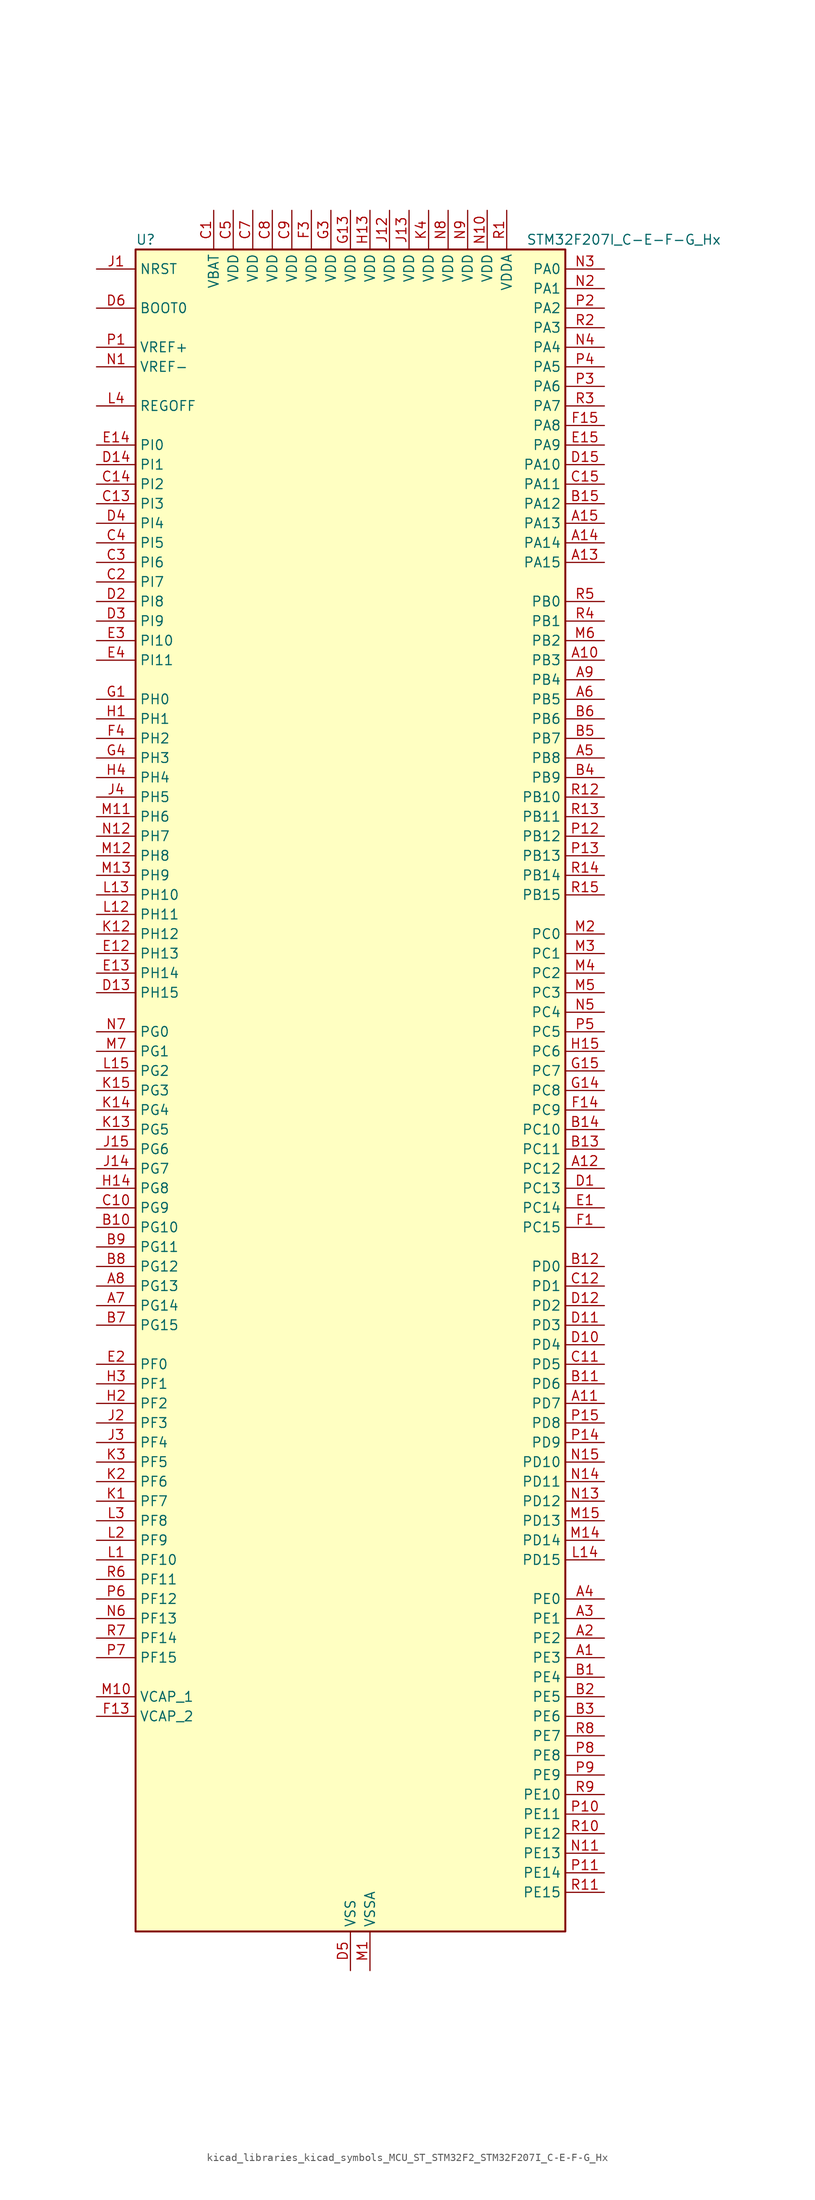
<source format=kicad_sym>
(kicad_symbol_lib
  (version 20220914)
  (generator kicad_symbol_editor)
  (symbol "kicad_libraries_kicad_symbols_MCU_ST_STM32F2_STM32F207I_C-E-F-G_Hx"
    (property "Reference" "U"
      (at -27.94 110.49 0)
      (effects (font (size 1.27 1.27)) (justify left)))
    (property "Value" "STM32F207I_C-E-F-G_Hx"
      (at 22.86 110.49 0)
      (effects (font (size 1.27 1.27)) (justify left)))
    (property "ki_locked" ""
      (at 0 0 0)
      (effects (font (size 1.27 1.27))))
    (symbol "kicad_libraries_kicad_symbols_MCU_ST_STM32F2_STM32F207I_C-E-F-G_Hx_0_1"
      (rectangle (start -27.94 -109.22) (end 27.94 109.22) (stroke (width 0.254) (type default)) (fill (type background))))
    (symbol "kicad_libraries_kicad_symbols_MCU_ST_STM32F2_STM32F207I_C-E-F-G_Hx_1_1"
      (pin bidirectional line (at 33.02 -73.66 180) (length 5.08) (name "PE3" (effects (font (size 1.27 1.27)))) (number "A1" (effects (font (size 1.27 1.27)))) (alternate "FSMC_A19" bidirectional line) (alternate "SYS_TRACED0" bidirectional line))
      (pin bidirectional line (at 33.02 55.88 180) (length 5.08) (name "PB3" (effects (font (size 1.27 1.27)))) (number "A10" (effects (font (size 1.27 1.27)))) (alternate "I2S3_SCK" bidirectional line) (alternate "SPI1_SCK" bidirectional line) (alternate "SPI3_SCK" bidirectional line) (alternate "SYS_JTDO-SWO" bidirectional line) (alternate "TIM2_CH2" bidirectional line))
      (pin bidirectional line (at 33.02 -40.64 180) (length 5.08) (name "PD7" (effects (font (size 1.27 1.27)))) (number "A11" (effects (font (size 1.27 1.27)))) (alternate "FSMC_NCE2" bidirectional line) (alternate "FSMC_NE1" bidirectional line) (alternate "USART2_CK" bidirectional line))
      (pin bidirectional line (at 33.02 -10.16 180) (length 5.08) (name "PC12" (effects (font (size 1.27 1.27)))) (number "A12" (effects (font (size 1.27 1.27)))) (alternate "DCMI_D9" bidirectional line) (alternate "I2S3_SD" bidirectional line) (alternate "SDIO_CK" bidirectional line) (alternate "SPI3_MOSI" bidirectional line) (alternate "UART5_TX" bidirectional line) (alternate "USART3_CK" bidirectional line))
      (pin bidirectional line (at 33.02 68.58 180) (length 5.08) (name "PA15" (effects (font (size 1.27 1.27)))) (number "A13" (effects (font (size 1.27 1.27)))) (alternate "ADC1_EXTI15" bidirectional line) (alternate "ADC2_EXTI15" bidirectional line) (alternate "ADC3_EXTI15" bidirectional line) (alternate "I2S3_WS" bidirectional line) (alternate "SPI1_NSS" bidirectional line) (alternate "SPI3_NSS" bidirectional line) (alternate "SYS_JTDI" bidirectional line) (alternate "TIM2_CH1" bidirectional line) (alternate "TIM2_ETR" bidirectional line))
      (pin bidirectional line (at 33.02 71.12 180) (length 5.08) (name "PA14" (effects (font (size 1.27 1.27)))) (number "A14" (effects (font (size 1.27 1.27)))) (alternate "SYS_JTCK-SWCLK" bidirectional line))
      (pin bidirectional line (at 33.02 73.66 180) (length 5.08) (name "PA13" (effects (font (size 1.27 1.27)))) (number "A15" (effects (font (size 1.27 1.27)))) (alternate "SYS_JTMS-SWDIO" bidirectional line))
      (pin bidirectional line (at 33.02 -71.12 180) (length 5.08) (name "PE2" (effects (font (size 1.27 1.27)))) (number "A2" (effects (font (size 1.27 1.27)))) (alternate "ETH_TXD3" bidirectional line) (alternate "FSMC_A23" bidirectional line) (alternate "SYS_TRACECLK" bidirectional line))
      (pin bidirectional line (at 33.02 -68.58 180) (length 5.08) (name "PE1" (effects (font (size 1.27 1.27)))) (number "A3" (effects (font (size 1.27 1.27)))) (alternate "DCMI_D3" bidirectional line) (alternate "FSMC_NBL1" bidirectional line))
      (pin bidirectional line (at 33.02 -66.04 180) (length 5.08) (name "PE0" (effects (font (size 1.27 1.27)))) (number "A4" (effects (font (size 1.27 1.27)))) (alternate "DCMI_D2" bidirectional line) (alternate "FSMC_NBL0" bidirectional line) (alternate "TIM4_ETR" bidirectional line))
      (pin bidirectional line (at 33.02 43.18 180) (length 5.08) (name "PB8" (effects (font (size 1.27 1.27)))) (number "A5" (effects (font (size 1.27 1.27)))) (alternate "CAN1_RX" bidirectional line) (alternate "DCMI_D6" bidirectional line) (alternate "ETH_TXD3" bidirectional line) (alternate "I2C1_SCL" bidirectional line) (alternate "SDIO_D4" bidirectional line) (alternate "TIM10_CH1" bidirectional line) (alternate "TIM4_CH3" bidirectional line))
      (pin bidirectional line (at 33.02 50.8 180) (length 5.08) (name "PB5" (effects (font (size 1.27 1.27)))) (number "A6" (effects (font (size 1.27 1.27)))) (alternate "CAN2_RX" bidirectional line) (alternate "DCMI_D10" bidirectional line) (alternate "ETH_PPS_OUT" bidirectional line) (alternate "I2C1_SMBA" bidirectional line) (alternate "I2S3_SD" bidirectional line) (alternate "SPI1_MOSI" bidirectional line) (alternate "SPI3_MOSI" bidirectional line) (alternate "TIM3_CH2" bidirectional line) (alternate "USB_OTG_HS_ULPI_D7" bidirectional line))
      (pin bidirectional line (at -33.02 -27.94 0) (length 5.08) (name "PG14" (effects (font (size 1.27 1.27)))) (number "A7" (effects (font (size 1.27 1.27)))) (alternate "ETH_TXD1" bidirectional line) (alternate "FSMC_A25" bidirectional line) (alternate "USART6_TX" bidirectional line))
      (pin bidirectional line (at -33.02 -25.4 0) (length 5.08) (name "PG13" (effects (font (size 1.27 1.27)))) (number "A8" (effects (font (size 1.27 1.27)))) (alternate "ETH_TXD0" bidirectional line) (alternate "FSMC_A24" bidirectional line) (alternate "USART6_CTS" bidirectional line))
      (pin bidirectional line (at 33.02 53.34 180) (length 5.08) (name "PB4" (effects (font (size 1.27 1.27)))) (number "A9" (effects (font (size 1.27 1.27)))) (alternate "SPI1_MISO" bidirectional line) (alternate "SPI3_MISO" bidirectional line) (alternate "SYS_JTRST" bidirectional line) (alternate "TIM3_CH1" bidirectional line))
      (pin bidirectional line (at 33.02 -76.2 180) (length 5.08) (name "PE4" (effects (font (size 1.27 1.27)))) (number "B1" (effects (font (size 1.27 1.27)))) (alternate "DCMI_D4" bidirectional line) (alternate "FSMC_A20" bidirectional line) (alternate "SYS_TRACED1" bidirectional line))
      (pin bidirectional line (at -33.02 -17.78 0) (length 5.08) (name "PG10" (effects (font (size 1.27 1.27)))) (number "B10" (effects (font (size 1.27 1.27)))) (alternate "FSMC_NCE4_1" bidirectional line) (alternate "FSMC_NE3" bidirectional line))
      (pin bidirectional line (at 33.02 -38.1 180) (length 5.08) (name "PD6" (effects (font (size 1.27 1.27)))) (number "B11" (effects (font (size 1.27 1.27)))) (alternate "FSMC_NWAIT" bidirectional line) (alternate "USART2_RX" bidirectional line))
      (pin bidirectional line (at 33.02 -22.86 180) (length 5.08) (name "PD0" (effects (font (size 1.27 1.27)))) (number "B12" (effects (font (size 1.27 1.27)))) (alternate "CAN1_RX" bidirectional line) (alternate "FSMC_D2" bidirectional line) (alternate "FSMC_DA2" bidirectional line))
      (pin bidirectional line (at 33.02 -7.62 180) (length 5.08) (name "PC11" (effects (font (size 1.27 1.27)))) (number "B13" (effects (font (size 1.27 1.27)))) (alternate "ADC1_EXTI11" bidirectional line) (alternate "ADC2_EXTI11" bidirectional line) (alternate "ADC3_EXTI11" bidirectional line) (alternate "DCMI_D4" bidirectional line) (alternate "SDIO_D3" bidirectional line) (alternate "SPI3_MISO" bidirectional line) (alternate "UART4_RX" bidirectional line) (alternate "USART3_RX" bidirectional line))
      (pin bidirectional line (at 33.02 -5.08 180) (length 5.08) (name "PC10" (effects (font (size 1.27 1.27)))) (number "B14" (effects (font (size 1.27 1.27)))) (alternate "DCMI_D8" bidirectional line) (alternate "I2S3_SCK" bidirectional line) (alternate "SDIO_D2" bidirectional line) (alternate "SPI3_SCK" bidirectional line) (alternate "UART4_TX" bidirectional line) (alternate "USART3_TX" bidirectional line))
      (pin bidirectional line (at 33.02 76.2 180) (length 5.08) (name "PA12" (effects (font (size 1.27 1.27)))) (number "B15" (effects (font (size 1.27 1.27)))) (alternate "CAN1_TX" bidirectional line) (alternate "TIM1_ETR" bidirectional line) (alternate "USART1_RTS" bidirectional line) (alternate "USB_OTG_FS_DP" bidirectional line))
      (pin bidirectional line (at 33.02 -78.74 180) (length 5.08) (name "PE5" (effects (font (size 1.27 1.27)))) (number "B2" (effects (font (size 1.27 1.27)))) (alternate "DCMI_D6" bidirectional line) (alternate "FSMC_A21" bidirectional line) (alternate "SYS_TRACED2" bidirectional line) (alternate "TIM9_CH1" bidirectional line))
      (pin bidirectional line (at 33.02 -81.28 180) (length 5.08) (name "PE6" (effects (font (size 1.27 1.27)))) (number "B3" (effects (font (size 1.27 1.27)))) (alternate "DCMI_D7" bidirectional line) (alternate "FSMC_A22" bidirectional line) (alternate "SYS_TRACED3" bidirectional line) (alternate "TIM9_CH2" bidirectional line))
      (pin bidirectional line (at 33.02 40.64 180) (length 5.08) (name "PB9" (effects (font (size 1.27 1.27)))) (number "B4" (effects (font (size 1.27 1.27)))) (alternate "CAN1_TX" bidirectional line) (alternate "DAC_EXTI9" bidirectional line) (alternate "DCMI_D7" bidirectional line) (alternate "I2C1_SDA" bidirectional line) (alternate "I2S2_WS" bidirectional line) (alternate "SDIO_D5" bidirectional line) (alternate "SPI2_NSS" bidirectional line) (alternate "TIM11_CH1" bidirectional line) (alternate "TIM4_CH4" bidirectional line))
      (pin bidirectional line (at 33.02 45.72 180) (length 5.08) (name "PB7" (effects (font (size 1.27 1.27)))) (number "B5" (effects (font (size 1.27 1.27)))) (alternate "DCMI_VSYNC" bidirectional line) (alternate "FSMC_NL" bidirectional line) (alternate "I2C1_SDA" bidirectional line) (alternate "TIM4_CH2" bidirectional line) (alternate "USART1_RX" bidirectional line))
      (pin bidirectional line (at 33.02 48.26 180) (length 5.08) (name "PB6" (effects (font (size 1.27 1.27)))) (number "B6" (effects (font (size 1.27 1.27)))) (alternate "CAN2_TX" bidirectional line) (alternate "DCMI_D5" bidirectional line) (alternate "I2C1_SCL" bidirectional line) (alternate "TIM4_CH1" bidirectional line) (alternate "USART1_TX" bidirectional line))
      (pin bidirectional line (at -33.02 -30.48 0) (length 5.08) (name "PG15" (effects (font (size 1.27 1.27)))) (number "B7" (effects (font (size 1.27 1.27)))) (alternate "ADC1_EXTI15" bidirectional line) (alternate "ADC2_EXTI15" bidirectional line) (alternate "ADC3_EXTI15" bidirectional line) (alternate "DCMI_D13" bidirectional line) (alternate "USART6_CTS" bidirectional line))
      (pin bidirectional line (at -33.02 -22.86 0) (length 5.08) (name "PG12" (effects (font (size 1.27 1.27)))) (number "B8" (effects (font (size 1.27 1.27)))) (alternate "FSMC_NE4" bidirectional line) (alternate "USART6_RTS" bidirectional line))
      (pin bidirectional line (at -33.02 -20.32 0) (length 5.08) (name "PG11" (effects (font (size 1.27 1.27)))) (number "B9" (effects (font (size 1.27 1.27)))) (alternate "ADC1_EXTI11" bidirectional line) (alternate "ADC2_EXTI11" bidirectional line) (alternate "ADC3_EXTI11" bidirectional line) (alternate "ETH_TX_EN" bidirectional line) (alternate "FSMC_NCE4_2" bidirectional line))
      (pin power_in line (at -17.78 114.3 270) (length 5.08) (name "VBAT" (effects (font (size 1.27 1.27)))) (number "C1" (effects (font (size 1.27 1.27)))))
      (pin bidirectional line (at -33.02 -15.24 0) (length 5.08) (name "PG9" (effects (font (size 1.27 1.27)))) (number "C10" (effects (font (size 1.27 1.27)))) (alternate "DAC_EXTI9" bidirectional line) (alternate "FSMC_NCE3" bidirectional line) (alternate "FSMC_NE2" bidirectional line) (alternate "USART6_RX" bidirectional line))
      (pin bidirectional line (at 33.02 -35.56 180) (length 5.08) (name "PD5" (effects (font (size 1.27 1.27)))) (number "C11" (effects (font (size 1.27 1.27)))) (alternate "FSMC_NWE" bidirectional line) (alternate "USART2_TX" bidirectional line))
      (pin bidirectional line (at 33.02 -25.4 180) (length 5.08) (name "PD1" (effects (font (size 1.27 1.27)))) (number "C12" (effects (font (size 1.27 1.27)))) (alternate "CAN1_TX" bidirectional line) (alternate "FSMC_D3" bidirectional line) (alternate "FSMC_DA3" bidirectional line))
      (pin bidirectional line (at -33.02 76.2 0) (length 5.08) (name "PI3" (effects (font (size 1.27 1.27)))) (number "C13" (effects (font (size 1.27 1.27)))) (alternate "DCMI_D10" bidirectional line) (alternate "I2S2_SD" bidirectional line) (alternate "SPI2_MOSI" bidirectional line) (alternate "TIM8_ETR" bidirectional line))
      (pin bidirectional line (at -33.02 78.74 0) (length 5.08) (name "PI2" (effects (font (size 1.27 1.27)))) (number "C14" (effects (font (size 1.27 1.27)))) (alternate "DCMI_D9" bidirectional line) (alternate "SPI2_MISO" bidirectional line) (alternate "TIM8_CH4" bidirectional line))
      (pin bidirectional line (at 33.02 78.74 180) (length 5.08) (name "PA11" (effects (font (size 1.27 1.27)))) (number "C15" (effects (font (size 1.27 1.27)))) (alternate "ADC1_EXTI11" bidirectional line) (alternate "ADC2_EXTI11" bidirectional line) (alternate "ADC3_EXTI11" bidirectional line) (alternate "CAN1_RX" bidirectional line) (alternate "TIM1_CH4" bidirectional line) (alternate "USART1_CTS" bidirectional line) (alternate "USB_OTG_FS_DM" bidirectional line))
      (pin bidirectional line (at -33.02 66.04 0) (length 5.08) (name "PI7" (effects (font (size 1.27 1.27)))) (number "C2" (effects (font (size 1.27 1.27)))) (alternate "DCMI_D7" bidirectional line) (alternate "TIM8_CH3" bidirectional line))
      (pin bidirectional line (at -33.02 68.58 0) (length 5.08) (name "PI6" (effects (font (size 1.27 1.27)))) (number "C3" (effects (font (size 1.27 1.27)))) (alternate "DCMI_D6" bidirectional line) (alternate "TIM8_CH2" bidirectional line))
      (pin bidirectional line (at -33.02 71.12 0) (length 5.08) (name "PI5" (effects (font (size 1.27 1.27)))) (number "C4" (effects (font (size 1.27 1.27)))) (alternate "DCMI_VSYNC" bidirectional line) (alternate "TIM8_CH1" bidirectional line))
      (pin power_in line (at -15.24 114.3 270) (length 5.08) (name "VDD" (effects (font (size 1.27 1.27)))) (number "C5" (effects (font (size 1.27 1.27)))))
      (pin no_connect line (at -27.94 -109.22 0) (length 5.08) hide (name "RFU" (effects (font (size 1.27 1.27)))) (number "C6" (effects (font (size 1.27 1.27)))))
      (pin power_in line (at -12.7 114.3 270) (length 5.08) (name "VDD" (effects (font (size 1.27 1.27)))) (number "C7" (effects (font (size 1.27 1.27)))))
      (pin power_in line (at -10.16 114.3 270) (length 5.08) (name "VDD" (effects (font (size 1.27 1.27)))) (number "C8" (effects (font (size 1.27 1.27)))))
      (pin power_in line (at -7.62 114.3 270) (length 5.08) (name "VDD" (effects (font (size 1.27 1.27)))) (number "C9" (effects (font (size 1.27 1.27)))))
      (pin bidirectional line (at 33.02 -12.7 180) (length 5.08) (name "PC13" (effects (font (size 1.27 1.27)))) (number "D1" (effects (font (size 1.27 1.27)))) (alternate "RTC_AF1" bidirectional line))
      (pin bidirectional line (at 33.02 -33.02 180) (length 5.08) (name "PD4" (effects (font (size 1.27 1.27)))) (number "D10" (effects (font (size 1.27 1.27)))) (alternate "FSMC_NOE" bidirectional line) (alternate "USART2_RTS" bidirectional line))
      (pin bidirectional line (at 33.02 -30.48 180) (length 5.08) (name "PD3" (effects (font (size 1.27 1.27)))) (number "D11" (effects (font (size 1.27 1.27)))) (alternate "FSMC_CLK" bidirectional line) (alternate "USART2_CTS" bidirectional line))
      (pin bidirectional line (at 33.02 -27.94 180) (length 5.08) (name "PD2" (effects (font (size 1.27 1.27)))) (number "D12" (effects (font (size 1.27 1.27)))) (alternate "DCMI_D11" bidirectional line) (alternate "SDIO_CMD" bidirectional line) (alternate "TIM3_ETR" bidirectional line) (alternate "UART5_RX" bidirectional line))
      (pin bidirectional line (at -33.02 12.7 0) (length 5.08) (name "PH15" (effects (font (size 1.27 1.27)))) (number "D13" (effects (font (size 1.27 1.27)))) (alternate "ADC1_EXTI15" bidirectional line) (alternate "ADC2_EXTI15" bidirectional line) (alternate "ADC3_EXTI15" bidirectional line) (alternate "DCMI_D11" bidirectional line) (alternate "TIM8_CH3N" bidirectional line))
      (pin bidirectional line (at -33.02 81.28 0) (length 5.08) (name "PI1" (effects (font (size 1.27 1.27)))) (number "D14" (effects (font (size 1.27 1.27)))) (alternate "DCMI_D8" bidirectional line) (alternate "I2S2_SCK" bidirectional line) (alternate "SPI2_SCK" bidirectional line))
      (pin bidirectional line (at 33.02 81.28 180) (length 5.08) (name "PA10" (effects (font (size 1.27 1.27)))) (number "D15" (effects (font (size 1.27 1.27)))) (alternate "DCMI_D1" bidirectional line) (alternate "TIM1_CH3" bidirectional line) (alternate "USART1_RX" bidirectional line) (alternate "USB_OTG_FS_ID" bidirectional line))
      (pin bidirectional line (at -33.02 63.5 0) (length 5.08) (name "PI8" (effects (font (size 1.27 1.27)))) (number "D2" (effects (font (size 1.27 1.27)))) (alternate "RTC_AF2" bidirectional line))
      (pin bidirectional line (at -33.02 60.96 0) (length 5.08) (name "PI9" (effects (font (size 1.27 1.27)))) (number "D3" (effects (font (size 1.27 1.27)))) (alternate "CAN1_RX" bidirectional line) (alternate "DAC_EXTI9" bidirectional line))
      (pin bidirectional line (at -33.02 73.66 0) (length 5.08) (name "PI4" (effects (font (size 1.27 1.27)))) (number "D4" (effects (font (size 1.27 1.27)))) (alternate "DCMI_D5" bidirectional line) (alternate "TIM8_BKIN" bidirectional line))
      (pin power_in line (at 0 -114.3 90) (length 5.08) (name "VSS" (effects (font (size 1.27 1.27)))) (number "D5" (effects (font (size 1.27 1.27)))))
      (pin input line (at -33.02 101.6 0) (length 5.08) (name "BOOT0" (effects (font (size 1.27 1.27)))) (number "D6" (effects (font (size 1.27 1.27)))))
      (pin passive line (at 0 -114.3 90) (length 5.08) hide (name "VSS" (effects (font (size 1.27 1.27)))) (number "D7" (effects (font (size 1.27 1.27)))))
      (pin passive line (at 0 -114.3 90) (length 5.08) hide (name "VSS" (effects (font (size 1.27 1.27)))) (number "D8" (effects (font (size 1.27 1.27)))))
      (pin passive line (at 0 -114.3 90) (length 5.08) hide (name "VSS" (effects (font (size 1.27 1.27)))) (number "D9" (effects (font (size 1.27 1.27)))))
      (pin bidirectional line (at 33.02 -15.24 180) (length 5.08) (name "PC14" (effects (font (size 1.27 1.27)))) (number "E1" (effects (font (size 1.27 1.27)))) (alternate "RCC_OSC32_IN" bidirectional line))
      (pin bidirectional line (at -33.02 17.78 0) (length 5.08) (name "PH13" (effects (font (size 1.27 1.27)))) (number "E12" (effects (font (size 1.27 1.27)))) (alternate "CAN1_TX" bidirectional line) (alternate "TIM8_CH1N" bidirectional line))
      (pin bidirectional line (at -33.02 15.24 0) (length 5.08) (name "PH14" (effects (font (size 1.27 1.27)))) (number "E13" (effects (font (size 1.27 1.27)))) (alternate "DCMI_D4" bidirectional line) (alternate "TIM8_CH2N" bidirectional line))
      (pin bidirectional line (at -33.02 83.82 0) (length 5.08) (name "PI0" (effects (font (size 1.27 1.27)))) (number "E14" (effects (font (size 1.27 1.27)))) (alternate "DCMI_D13" bidirectional line) (alternate "I2S2_WS" bidirectional line) (alternate "SPI2_NSS" bidirectional line) (alternate "TIM5_CH4" bidirectional line))
      (pin bidirectional line (at 33.02 83.82 180) (length 5.08) (name "PA9" (effects (font (size 1.27 1.27)))) (number "E15" (effects (font (size 1.27 1.27)))) (alternate "DAC_EXTI9" bidirectional line) (alternate "DCMI_D0" bidirectional line) (alternate "I2C3_SMBA" bidirectional line) (alternate "TIM1_CH2" bidirectional line) (alternate "USART1_TX" bidirectional line) (alternate "USB_OTG_FS_VBUS" bidirectional line))
      (pin bidirectional line (at -33.02 -35.56 0) (length 5.08) (name "PF0" (effects (font (size 1.27 1.27)))) (number "E2" (effects (font (size 1.27 1.27)))) (alternate "FSMC_A0" bidirectional line) (alternate "I2C2_SDA" bidirectional line))
      (pin bidirectional line (at -33.02 58.42 0) (length 5.08) (name "PI10" (effects (font (size 1.27 1.27)))) (number "E3" (effects (font (size 1.27 1.27)))) (alternate "ETH_RX_ER" bidirectional line))
      (pin bidirectional line (at -33.02 55.88 0) (length 5.08) (name "PI11" (effects (font (size 1.27 1.27)))) (number "E4" (effects (font (size 1.27 1.27)))) (alternate "ADC1_EXTI11" bidirectional line) (alternate "ADC2_EXTI11" bidirectional line) (alternate "ADC3_EXTI11" bidirectional line) (alternate "USB_OTG_HS_ULPI_DIR" bidirectional line))
      (pin bidirectional line (at 33.02 -17.78 180) (length 5.08) (name "PC15" (effects (font (size 1.27 1.27)))) (number "F1" (effects (font (size 1.27 1.27)))) (alternate "ADC1_EXTI15" bidirectional line) (alternate "ADC2_EXTI15" bidirectional line) (alternate "ADC3_EXTI15" bidirectional line) (alternate "RCC_OSC32_OUT" bidirectional line))
      (pin passive line (at 0 -114.3 90) (length 5.08) hide (name "VSS" (effects (font (size 1.27 1.27)))) (number "F10" (effects (font (size 1.27 1.27)))))
      (pin passive line (at 0 -114.3 90) (length 5.08) hide (name "VSS" (effects (font (size 1.27 1.27)))) (number "F12" (effects (font (size 1.27 1.27)))))
      (pin power_out line (at -33.02 -81.28 0) (length 5.08) (name "VCAP_2" (effects (font (size 1.27 1.27)))) (number "F13" (effects (font (size 1.27 1.27)))))
      (pin bidirectional line (at 33.02 -2.54 180) (length 5.08) (name "PC9" (effects (font (size 1.27 1.27)))) (number "F14" (effects (font (size 1.27 1.27)))) (alternate "DAC_EXTI9" bidirectional line) (alternate "DCMI_D3" bidirectional line) (alternate "I2C3_SDA" bidirectional line) (alternate "I2S_CKIN" bidirectional line) (alternate "RCC_MCO_2" bidirectional line) (alternate "SDIO_D1" bidirectional line) (alternate "TIM3_CH4" bidirectional line) (alternate "TIM8_CH4" bidirectional line))
      (pin bidirectional line (at 33.02 86.36 180) (length 5.08) (name "PA8" (effects (font (size 1.27 1.27)))) (number "F15" (effects (font (size 1.27 1.27)))) (alternate "I2C3_SCL" bidirectional line) (alternate "RCC_MCO_1" bidirectional line) (alternate "TIM1_CH1" bidirectional line) (alternate "USART1_CK" bidirectional line) (alternate "USB_OTG_FS_SOF" bidirectional line))
      (pin passive line (at 0 -114.3 90) (length 5.08) hide (name "VSS" (effects (font (size 1.27 1.27)))) (number "F2" (effects (font (size 1.27 1.27)))))
      (pin power_in line (at -5.08 114.3 270) (length 5.08) (name "VDD" (effects (font (size 1.27 1.27)))) (number "F3" (effects (font (size 1.27 1.27)))))
      (pin bidirectional line (at -33.02 45.72 0) (length 5.08) (name "PH2" (effects (font (size 1.27 1.27)))) (number "F4" (effects (font (size 1.27 1.27)))) (alternate "ETH_CRS" bidirectional line))
      (pin passive line (at 0 -114.3 90) (length 5.08) hide (name "VSS" (effects (font (size 1.27 1.27)))) (number "F6" (effects (font (size 1.27 1.27)))))
      (pin passive line (at 0 -114.3 90) (length 5.08) hide (name "VSS" (effects (font (size 1.27 1.27)))) (number "F7" (effects (font (size 1.27 1.27)))))
      (pin passive line (at 0 -114.3 90) (length 5.08) hide (name "VSS" (effects (font (size 1.27 1.27)))) (number "F8" (effects (font (size 1.27 1.27)))))
      (pin passive line (at 0 -114.3 90) (length 5.08) hide (name "VSS" (effects (font (size 1.27 1.27)))) (number "F9" (effects (font (size 1.27 1.27)))))
      (pin bidirectional line (at -33.02 50.8 0) (length 5.08) (name "PH0" (effects (font (size 1.27 1.27)))) (number "G1" (effects (font (size 1.27 1.27)))) (alternate "RCC_OSC_IN" bidirectional line))
      (pin passive line (at 0 -114.3 90) (length 5.08) hide (name "VSS" (effects (font (size 1.27 1.27)))) (number "G10" (effects (font (size 1.27 1.27)))))
      (pin passive line (at 0 -114.3 90) (length 5.08) hide (name "VSS" (effects (font (size 1.27 1.27)))) (number "G12" (effects (font (size 1.27 1.27)))))
      (pin power_in line (at 0 114.3 270) (length 5.08) (name "VDD" (effects (font (size 1.27 1.27)))) (number "G13" (effects (font (size 1.27 1.27)))))
      (pin bidirectional line (at 33.02 0 180) (length 5.08) (name "PC8" (effects (font (size 1.27 1.27)))) (number "G14" (effects (font (size 1.27 1.27)))) (alternate "DCMI_D2" bidirectional line) (alternate "SDIO_D0" bidirectional line) (alternate "TIM3_CH3" bidirectional line) (alternate "TIM8_CH3" bidirectional line) (alternate "USART6_CK" bidirectional line))
      (pin bidirectional line (at 33.02 2.54 180) (length 5.08) (name "PC7" (effects (font (size 1.27 1.27)))) (number "G15" (effects (font (size 1.27 1.27)))) (alternate "DCMI_D1" bidirectional line) (alternate "I2S3_MCK" bidirectional line) (alternate "SDIO_D7" bidirectional line) (alternate "TIM3_CH2" bidirectional line) (alternate "TIM8_CH2" bidirectional line) (alternate "USART6_RX" bidirectional line))
      (pin passive line (at 0 -114.3 90) (length 5.08) hide (name "VSS" (effects (font (size 1.27 1.27)))) (number "G2" (effects (font (size 1.27 1.27)))))
      (pin power_in line (at -2.54 114.3 270) (length 5.08) (name "VDD" (effects (font (size 1.27 1.27)))) (number "G3" (effects (font (size 1.27 1.27)))))
      (pin bidirectional line (at -33.02 43.18 0) (length 5.08) (name "PH3" (effects (font (size 1.27 1.27)))) (number "G4" (effects (font (size 1.27 1.27)))) (alternate "ETH_COL" bidirectional line))
      (pin passive line (at 0 -114.3 90) (length 5.08) hide (name "VSS" (effects (font (size 1.27 1.27)))) (number "G6" (effects (font (size 1.27 1.27)))))
      (pin passive line (at 0 -114.3 90) (length 5.08) hide (name "VSS" (effects (font (size 1.27 1.27)))) (number "G7" (effects (font (size 1.27 1.27)))))
      (pin passive line (at 0 -114.3 90) (length 5.08) hide (name "VSS" (effects (font (size 1.27 1.27)))) (number "G8" (effects (font (size 1.27 1.27)))))
      (pin passive line (at 0 -114.3 90) (length 5.08) hide (name "VSS" (effects (font (size 1.27 1.27)))) (number "G9" (effects (font (size 1.27 1.27)))))
      (pin bidirectional line (at -33.02 48.26 0) (length 5.08) (name "PH1" (effects (font (size 1.27 1.27)))) (number "H1" (effects (font (size 1.27 1.27)))) (alternate "RCC_OSC_OUT" bidirectional line))
      (pin passive line (at 0 -114.3 90) (length 5.08) hide (name "VSS" (effects (font (size 1.27 1.27)))) (number "H10" (effects (font (size 1.27 1.27)))))
      (pin passive line (at 0 -114.3 90) (length 5.08) hide (name "VSS" (effects (font (size 1.27 1.27)))) (number "H12" (effects (font (size 1.27 1.27)))))
      (pin power_in line (at 2.54 114.3 270) (length 5.08) (name "VDD" (effects (font (size 1.27 1.27)))) (number "H13" (effects (font (size 1.27 1.27)))))
      (pin bidirectional line (at -33.02 -12.7 0) (length 5.08) (name "PG8" (effects (font (size 1.27 1.27)))) (number "H14" (effects (font (size 1.27 1.27)))) (alternate "ETH_PPS_OUT" bidirectional line) (alternate "USART6_RTS" bidirectional line))
      (pin bidirectional line (at 33.02 5.08 180) (length 5.08) (name "PC6" (effects (font (size 1.27 1.27)))) (number "H15" (effects (font (size 1.27 1.27)))) (alternate "DCMI_D0" bidirectional line) (alternate "I2S2_MCK" bidirectional line) (alternate "SDIO_D6" bidirectional line) (alternate "TIM3_CH1" bidirectional line) (alternate "TIM8_CH1" bidirectional line) (alternate "USART6_TX" bidirectional line))
      (pin bidirectional line (at -33.02 -40.64 0) (length 5.08) (name "PF2" (effects (font (size 1.27 1.27)))) (number "H2" (effects (font (size 1.27 1.27)))) (alternate "FSMC_A2" bidirectional line) (alternate "I2C2_SMBA" bidirectional line))
      (pin bidirectional line (at -33.02 -38.1 0) (length 5.08) (name "PF1" (effects (font (size 1.27 1.27)))) (number "H3" (effects (font (size 1.27 1.27)))) (alternate "FSMC_A1" bidirectional line) (alternate "I2C2_SCL" bidirectional line))
      (pin bidirectional line (at -33.02 40.64 0) (length 5.08) (name "PH4" (effects (font (size 1.27 1.27)))) (number "H4" (effects (font (size 1.27 1.27)))) (alternate "I2C2_SCL" bidirectional line) (alternate "USB_OTG_HS_ULPI_NXT" bidirectional line))
      (pin passive line (at 0 -114.3 90) (length 5.08) hide (name "VSS" (effects (font (size 1.27 1.27)))) (number "H6" (effects (font (size 1.27 1.27)))))
      (pin passive line (at 0 -114.3 90) (length 5.08) hide (name "VSS" (effects (font (size 1.27 1.27)))) (number "H7" (effects (font (size 1.27 1.27)))))
      (pin passive line (at 0 -114.3 90) (length 5.08) hide (name "VSS" (effects (font (size 1.27 1.27)))) (number "H8" (effects (font (size 1.27 1.27)))))
      (pin passive line (at 0 -114.3 90) (length 5.08) hide (name "VSS" (effects (font (size 1.27 1.27)))) (number "H9" (effects (font (size 1.27 1.27)))))
      (pin input line (at -33.02 106.68 0) (length 5.08) (name "NRST" (effects (font (size 1.27 1.27)))) (number "J1" (effects (font (size 1.27 1.27)))))
      (pin passive line (at 0 -114.3 90) (length 5.08) hide (name "VSS" (effects (font (size 1.27 1.27)))) (number "J10" (effects (font (size 1.27 1.27)))))
      (pin power_in line (at 5.08 114.3 270) (length 5.08) (name "VDD" (effects (font (size 1.27 1.27)))) (number "J12" (effects (font (size 1.27 1.27)))))
      (pin power_in line (at 7.62 114.3 270) (length 5.08) (name "VDD" (effects (font (size 1.27 1.27)))) (number "J13" (effects (font (size 1.27 1.27)))))
      (pin bidirectional line (at -33.02 -10.16 0) (length 5.08) (name "PG7" (effects (font (size 1.27 1.27)))) (number "J14" (effects (font (size 1.27 1.27)))) (alternate "FSMC_INT3" bidirectional line) (alternate "USART6_CK" bidirectional line))
      (pin bidirectional line (at -33.02 -7.62 0) (length 5.08) (name "PG6" (effects (font (size 1.27 1.27)))) (number "J15" (effects (font (size 1.27 1.27)))) (alternate "FSMC_INT2" bidirectional line))
      (pin bidirectional line (at -33.02 -43.18 0) (length 5.08) (name "PF3" (effects (font (size 1.27 1.27)))) (number "J2" (effects (font (size 1.27 1.27)))) (alternate "ADC3_IN9" bidirectional line) (alternate "FSMC_A3" bidirectional line))
      (pin bidirectional line (at -33.02 -45.72 0) (length 5.08) (name "PF4" (effects (font (size 1.27 1.27)))) (number "J3" (effects (font (size 1.27 1.27)))) (alternate "ADC3_IN14" bidirectional line) (alternate "FSMC_A4" bidirectional line))
      (pin bidirectional line (at -33.02 38.1 0) (length 5.08) (name "PH5" (effects (font (size 1.27 1.27)))) (number "J4" (effects (font (size 1.27 1.27)))) (alternate "I2C2_SDA" bidirectional line))
      (pin passive line (at 0 -114.3 90) (length 5.08) hide (name "VSS" (effects (font (size 1.27 1.27)))) (number "J6" (effects (font (size 1.27 1.27)))))
      (pin passive line (at 0 -114.3 90) (length 5.08) hide (name "VSS" (effects (font (size 1.27 1.27)))) (number "J7" (effects (font (size 1.27 1.27)))))
      (pin passive line (at 0 -114.3 90) (length 5.08) hide (name "VSS" (effects (font (size 1.27 1.27)))) (number "J8" (effects (font (size 1.27 1.27)))))
      (pin passive line (at 0 -114.3 90) (length 5.08) hide (name "VSS" (effects (font (size 1.27 1.27)))) (number "J9" (effects (font (size 1.27 1.27)))))
      (pin bidirectional line (at -33.02 -53.34 0) (length 5.08) (name "PF7" (effects (font (size 1.27 1.27)))) (number "K1" (effects (font (size 1.27 1.27)))) (alternate "ADC3_IN5" bidirectional line) (alternate "FSMC_NREG" bidirectional line) (alternate "TIM11_CH1" bidirectional line))
      (pin passive line (at 0 -114.3 90) (length 5.08) hide (name "VSS" (effects (font (size 1.27 1.27)))) (number "K10" (effects (font (size 1.27 1.27)))))
      (pin bidirectional line (at -33.02 20.32 0) (length 5.08) (name "PH12" (effects (font (size 1.27 1.27)))) (number "K12" (effects (font (size 1.27 1.27)))) (alternate "DCMI_D3" bidirectional line) (alternate "TIM5_CH3" bidirectional line))
      (pin bidirectional line (at -33.02 -5.08 0) (length 5.08) (name "PG5" (effects (font (size 1.27 1.27)))) (number "K13" (effects (font (size 1.27 1.27)))) (alternate "FSMC_A15" bidirectional line))
      (pin bidirectional line (at -33.02 -2.54 0) (length 5.08) (name "PG4" (effects (font (size 1.27 1.27)))) (number "K14" (effects (font (size 1.27 1.27)))) (alternate "FSMC_A14" bidirectional line))
      (pin bidirectional line (at -33.02 0 0) (length 5.08) (name "PG3" (effects (font (size 1.27 1.27)))) (number "K15" (effects (font (size 1.27 1.27)))) (alternate "FSMC_A13" bidirectional line))
      (pin bidirectional line (at -33.02 -50.8 0) (length 5.08) (name "PF6" (effects (font (size 1.27 1.27)))) (number "K2" (effects (font (size 1.27 1.27)))) (alternate "ADC3_IN4" bidirectional line) (alternate "FSMC_NIORD" bidirectional line) (alternate "TIM10_CH1" bidirectional line))
      (pin bidirectional line (at -33.02 -48.26 0) (length 5.08) (name "PF5" (effects (font (size 1.27 1.27)))) (number "K3" (effects (font (size 1.27 1.27)))) (alternate "ADC3_IN15" bidirectional line) (alternate "FSMC_A5" bidirectional line))
      (pin power_in line (at 10.16 114.3 270) (length 5.08) (name "VDD" (effects (font (size 1.27 1.27)))) (number "K4" (effects (font (size 1.27 1.27)))))
      (pin passive line (at 0 -114.3 90) (length 5.08) hide (name "VSS" (effects (font (size 1.27 1.27)))) (number "K6" (effects (font (size 1.27 1.27)))))
      (pin passive line (at 0 -114.3 90) (length 5.08) hide (name "VSS" (effects (font (size 1.27 1.27)))) (number "K7" (effects (font (size 1.27 1.27)))))
      (pin passive line (at 0 -114.3 90) (length 5.08) hide (name "VSS" (effects (font (size 1.27 1.27)))) (number "K8" (effects (font (size 1.27 1.27)))))
      (pin passive line (at 0 -114.3 90) (length 5.08) hide (name "VSS" (effects (font (size 1.27 1.27)))) (number "K9" (effects (font (size 1.27 1.27)))))
      (pin bidirectional line (at -33.02 -60.96 0) (length 5.08) (name "PF10" (effects (font (size 1.27 1.27)))) (number "L1" (effects (font (size 1.27 1.27)))) (alternate "ADC3_IN8" bidirectional line) (alternate "FSMC_INTR" bidirectional line))
      (pin bidirectional line (at -33.02 22.86 0) (length 5.08) (name "PH11" (effects (font (size 1.27 1.27)))) (number "L12" (effects (font (size 1.27 1.27)))) (alternate "ADC1_EXTI11" bidirectional line) (alternate "ADC2_EXTI11" bidirectional line) (alternate "ADC3_EXTI11" bidirectional line) (alternate "DCMI_D2" bidirectional line) (alternate "TIM5_CH2" bidirectional line))
      (pin bidirectional line (at -33.02 25.4 0) (length 5.08) (name "PH10" (effects (font (size 1.27 1.27)))) (number "L13" (effects (font (size 1.27 1.27)))) (alternate "DCMI_D1" bidirectional line) (alternate "TIM5_CH1" bidirectional line))
      (pin bidirectional line (at 33.02 -60.96 180) (length 5.08) (name "PD15" (effects (font (size 1.27 1.27)))) (number "L14" (effects (font (size 1.27 1.27)))) (alternate "ADC1_EXTI15" bidirectional line) (alternate "ADC2_EXTI15" bidirectional line) (alternate "ADC3_EXTI15" bidirectional line) (alternate "FSMC_D1" bidirectional line) (alternate "FSMC_DA1" bidirectional line) (alternate "TIM4_CH4" bidirectional line))
      (pin bidirectional line (at -33.02 2.54 0) (length 5.08) (name "PG2" (effects (font (size 1.27 1.27)))) (number "L15" (effects (font (size 1.27 1.27)))) (alternate "FSMC_A12" bidirectional line))
      (pin bidirectional line (at -33.02 -58.42 0) (length 5.08) (name "PF9" (effects (font (size 1.27 1.27)))) (number "L2" (effects (font (size 1.27 1.27)))) (alternate "ADC3_IN7" bidirectional line) (alternate "DAC_EXTI9" bidirectional line) (alternate "FSMC_CD" bidirectional line) (alternate "TIM14_CH1" bidirectional line))
      (pin bidirectional line (at -33.02 -55.88 0) (length 5.08) (name "PF8" (effects (font (size 1.27 1.27)))) (number "L3" (effects (font (size 1.27 1.27)))) (alternate "ADC3_IN6" bidirectional line) (alternate "FSMC_NIOWR" bidirectional line) (alternate "TIM13_CH1" bidirectional line))
      (pin input line (at -33.02 88.9 0) (length 5.08) (name "REGOFF" (effects (font (size 1.27 1.27)))) (number "L4" (effects (font (size 1.27 1.27)))))
      (pin power_in line (at 2.54 -114.3 90) (length 5.08) (name "VSSA" (effects (font (size 1.27 1.27)))) (number "M1" (effects (font (size 1.27 1.27)))))
      (pin power_out line (at -33.02 -78.74 0) (length 5.08) (name "VCAP_1" (effects (font (size 1.27 1.27)))) (number "M10" (effects (font (size 1.27 1.27)))))
      (pin bidirectional line (at -33.02 35.56 0) (length 5.08) (name "PH6" (effects (font (size 1.27 1.27)))) (number "M11" (effects (font (size 1.27 1.27)))) (alternate "ETH_RXD2" bidirectional line) (alternate "I2C2_SMBA" bidirectional line) (alternate "TIM12_CH1" bidirectional line))
      (pin bidirectional line (at -33.02 30.48 0) (length 5.08) (name "PH8" (effects (font (size 1.27 1.27)))) (number "M12" (effects (font (size 1.27 1.27)))) (alternate "DCMI_HSYNC" bidirectional line) (alternate "I2C3_SDA" bidirectional line))
      (pin bidirectional line (at -33.02 27.94 0) (length 5.08) (name "PH9" (effects (font (size 1.27 1.27)))) (number "M13" (effects (font (size 1.27 1.27)))) (alternate "DAC_EXTI9" bidirectional line) (alternate "DCMI_D0" bidirectional line) (alternate "I2C3_SMBA" bidirectional line) (alternate "TIM12_CH2" bidirectional line))
      (pin bidirectional line (at 33.02 -58.42 180) (length 5.08) (name "PD14" (effects (font (size 1.27 1.27)))) (number "M14" (effects (font (size 1.27 1.27)))) (alternate "FSMC_D0" bidirectional line) (alternate "FSMC_DA0" bidirectional line) (alternate "TIM4_CH3" bidirectional line))
      (pin bidirectional line (at 33.02 -55.88 180) (length 5.08) (name "PD13" (effects (font (size 1.27 1.27)))) (number "M15" (effects (font (size 1.27 1.27)))) (alternate "FSMC_A18" bidirectional line) (alternate "TIM4_CH2" bidirectional line))
      (pin bidirectional line (at 33.02 20.32 180) (length 5.08) (name "PC0" (effects (font (size 1.27 1.27)))) (number "M2" (effects (font (size 1.27 1.27)))) (alternate "ADC1_IN10" bidirectional line) (alternate "ADC2_IN10" bidirectional line) (alternate "ADC3_IN10" bidirectional line) (alternate "USB_OTG_HS_ULPI_STP" bidirectional line))
      (pin bidirectional line (at 33.02 17.78 180) (length 5.08) (name "PC1" (effects (font (size 1.27 1.27)))) (number "M3" (effects (font (size 1.27 1.27)))) (alternate "ADC1_IN11" bidirectional line) (alternate "ADC2_IN11" bidirectional line) (alternate "ADC3_IN11" bidirectional line) (alternate "ETH_MDC" bidirectional line))
      (pin bidirectional line (at 33.02 15.24 180) (length 5.08) (name "PC2" (effects (font (size 1.27 1.27)))) (number "M4" (effects (font (size 1.27 1.27)))) (alternate "ADC1_IN12" bidirectional line) (alternate "ADC2_IN12" bidirectional line) (alternate "ADC3_IN12" bidirectional line) (alternate "ETH_TXD2" bidirectional line) (alternate "SPI2_MISO" bidirectional line) (alternate "USB_OTG_HS_ULPI_DIR" bidirectional line))
      (pin bidirectional line (at 33.02 12.7 180) (length 5.08) (name "PC3" (effects (font (size 1.27 1.27)))) (number "M5" (effects (font (size 1.27 1.27)))) (alternate "ADC1_IN13" bidirectional line) (alternate "ADC2_IN13" bidirectional line) (alternate "ADC3_IN13" bidirectional line) (alternate "ETH_TX_CLK" bidirectional line) (alternate "I2S2_SD" bidirectional line) (alternate "SPI2_MOSI" bidirectional line) (alternate "USB_OTG_HS_ULPI_NXT" bidirectional line))
      (pin bidirectional line (at 33.02 58.42 180) (length 5.08) (name "PB2" (effects (font (size 1.27 1.27)))) (number "M6" (effects (font (size 1.27 1.27)))))
      (pin bidirectional line (at -33.02 5.08 0) (length 5.08) (name "PG1" (effects (font (size 1.27 1.27)))) (number "M7" (effects (font (size 1.27 1.27)))) (alternate "FSMC_A11" bidirectional line))
      (pin passive line (at 0 -114.3 90) (length 5.08) hide (name "VSS" (effects (font (size 1.27 1.27)))) (number "M8" (effects (font (size 1.27 1.27)))))
      (pin passive line (at 0 -114.3 90) (length 5.08) hide (name "VSS" (effects (font (size 1.27 1.27)))) (number "M9" (effects (font (size 1.27 1.27)))))
      (pin input line (at -33.02 93.98 0) (length 5.08) (name "VREF-" (effects (font (size 1.27 1.27)))) (number "N1" (effects (font (size 1.27 1.27)))))
      (pin power_in line (at 17.78 114.3 270) (length 5.08) (name "VDD" (effects (font (size 1.27 1.27)))) (number "N10" (effects (font (size 1.27 1.27)))))
      (pin bidirectional line (at 33.02 -99.06 180) (length 5.08) (name "PE13" (effects (font (size 1.27 1.27)))) (number "N11" (effects (font (size 1.27 1.27)))) (alternate "FSMC_D10" bidirectional line) (alternate "FSMC_DA10" bidirectional line) (alternate "TIM1_CH3" bidirectional line))
      (pin bidirectional line (at -33.02 33.02 0) (length 5.08) (name "PH7" (effects (font (size 1.27 1.27)))) (number "N12" (effects (font (size 1.27 1.27)))) (alternate "ETH_RXD3" bidirectional line) (alternate "I2C3_SCL" bidirectional line))
      (pin bidirectional line (at 33.02 -53.34 180) (length 5.08) (name "PD12" (effects (font (size 1.27 1.27)))) (number "N13" (effects (font (size 1.27 1.27)))) (alternate "FSMC_A17" bidirectional line) (alternate "FSMC_ALE" bidirectional line) (alternate "TIM4_CH1" bidirectional line) (alternate "USART3_RTS" bidirectional line))
      (pin bidirectional line (at 33.02 -50.8 180) (length 5.08) (name "PD11" (effects (font (size 1.27 1.27)))) (number "N14" (effects (font (size 1.27 1.27)))) (alternate "ADC1_EXTI11" bidirectional line) (alternate "ADC2_EXTI11" bidirectional line) (alternate "ADC3_EXTI11" bidirectional line) (alternate "FSMC_A16" bidirectional line) (alternate "FSMC_CLE" bidirectional line) (alternate "USART3_CTS" bidirectional line))
      (pin bidirectional line (at 33.02 -48.26 180) (length 5.08) (name "PD10" (effects (font (size 1.27 1.27)))) (number "N15" (effects (font (size 1.27 1.27)))) (alternate "FSMC_D15" bidirectional line) (alternate "FSMC_DA15" bidirectional line) (alternate "USART3_CK" bidirectional line))
      (pin bidirectional line (at 33.02 104.14 180) (length 5.08) (name "PA1" (effects (font (size 1.27 1.27)))) (number "N2" (effects (font (size 1.27 1.27)))) (alternate "ADC1_IN1" bidirectional line) (alternate "ADC2_IN1" bidirectional line) (alternate "ADC3_IN1" bidirectional line) (alternate "ETH_REF_CLK" bidirectional line) (alternate "ETH_RX_CLK" bidirectional line) (alternate "TIM2_CH2" bidirectional line) (alternate "TIM5_CH2" bidirectional line) (alternate "UART4_RX" bidirectional line) (alternate "USART2_RTS" bidirectional line))
      (pin bidirectional line (at 33.02 106.68 180) (length 5.08) (name "PA0" (effects (font (size 1.27 1.27)))) (number "N3" (effects (font (size 1.27 1.27)))) (alternate "ADC1_IN0" bidirectional line) (alternate "ADC2_IN0" bidirectional line) (alternate "ADC3_IN0" bidirectional line) (alternate "ETH_CRS" bidirectional line) (alternate "SYS_WKUP" bidirectional line) (alternate "TIM2_CH1" bidirectional line) (alternate "TIM2_ETR" bidirectional line) (alternate "TIM5_CH1" bidirectional line) (alternate "TIM8_ETR" bidirectional line) (alternate "UART4_TX" bidirectional line) (alternate "USART2_CTS" bidirectional line))
      (pin bidirectional line (at 33.02 96.52 180) (length 5.08) (name "PA4" (effects (font (size 1.27 1.27)))) (number "N4" (effects (font (size 1.27 1.27)))) (alternate "ADC1_IN4" bidirectional line) (alternate "ADC2_IN4" bidirectional line) (alternate "DAC_OUT1" bidirectional line) (alternate "DCMI_HSYNC" bidirectional line) (alternate "I2S3_WS" bidirectional line) (alternate "SPI1_NSS" bidirectional line) (alternate "SPI3_NSS" bidirectional line) (alternate "USART2_CK" bidirectional line) (alternate "USB_OTG_HS_SOF" bidirectional line))
      (pin bidirectional line (at 33.02 10.16 180) (length 5.08) (name "PC4" (effects (font (size 1.27 1.27)))) (number "N5" (effects (font (size 1.27 1.27)))) (alternate "ADC1_IN14" bidirectional line) (alternate "ADC2_IN14" bidirectional line) (alternate "ETH_RXD0" bidirectional line))
      (pin bidirectional line (at -33.02 -68.58 0) (length 5.08) (name "PF13" (effects (font (size 1.27 1.27)))) (number "N6" (effects (font (size 1.27 1.27)))) (alternate "FSMC_A7" bidirectional line))
      (pin bidirectional line (at -33.02 7.62 0) (length 5.08) (name "PG0" (effects (font (size 1.27 1.27)))) (number "N7" (effects (font (size 1.27 1.27)))) (alternate "FSMC_A10" bidirectional line))
      (pin power_in line (at 12.7 114.3 270) (length 5.08) (name "VDD" (effects (font (size 1.27 1.27)))) (number "N8" (effects (font (size 1.27 1.27)))))
      (pin power_in line (at 15.24 114.3 270) (length 5.08) (name "VDD" (effects (font (size 1.27 1.27)))) (number "N9" (effects (font (size 1.27 1.27)))))
      (pin input line (at -33.02 96.52 0) (length 5.08) (name "VREF+" (effects (font (size 1.27 1.27)))) (number "P1" (effects (font (size 1.27 1.27)))))
      (pin bidirectional line (at 33.02 -93.98 180) (length 5.08) (name "PE11" (effects (font (size 1.27 1.27)))) (number "P10" (effects (font (size 1.27 1.27)))) (alternate "ADC1_EXTI11" bidirectional line) (alternate "ADC2_EXTI11" bidirectional line) (alternate "ADC3_EXTI11" bidirectional line) (alternate "FSMC_D8" bidirectional line) (alternate "FSMC_DA8" bidirectional line) (alternate "TIM1_CH2" bidirectional line))
      (pin bidirectional line (at 33.02 -101.6 180) (length 5.08) (name "PE14" (effects (font (size 1.27 1.27)))) (number "P11" (effects (font (size 1.27 1.27)))) (alternate "FSMC_D11" bidirectional line) (alternate "FSMC_DA11" bidirectional line) (alternate "TIM1_CH4" bidirectional line))
      (pin bidirectional line (at 33.02 33.02 180) (length 5.08) (name "PB12" (effects (font (size 1.27 1.27)))) (number "P12" (effects (font (size 1.27 1.27)))) (alternate "CAN2_RX" bidirectional line) (alternate "ETH_TXD0" bidirectional line) (alternate "I2C2_SMBA" bidirectional line) (alternate "I2S2_WS" bidirectional line) (alternate "SPI2_NSS" bidirectional line) (alternate "TIM1_BKIN" bidirectional line) (alternate "USART3_CK" bidirectional line) (alternate "USB_OTG_HS_ID" bidirectional line) (alternate "USB_OTG_HS_ULPI_D5" bidirectional line))
      (pin bidirectional line (at 33.02 30.48 180) (length 5.08) (name "PB13" (effects (font (size 1.27 1.27)))) (number "P13" (effects (font (size 1.27 1.27)))) (alternate "CAN2_TX" bidirectional line) (alternate "ETH_TXD1" bidirectional line) (alternate "I2S2_SCK" bidirectional line) (alternate "SPI2_SCK" bidirectional line) (alternate "TIM1_CH1N" bidirectional line) (alternate "USART3_CTS" bidirectional line) (alternate "USB_OTG_HS_ULPI_D6" bidirectional line) (alternate "USB_OTG_HS_VBUS" bidirectional line))
      (pin bidirectional line (at 33.02 -45.72 180) (length 5.08) (name "PD9" (effects (font (size 1.27 1.27)))) (number "P14" (effects (font (size 1.27 1.27)))) (alternate "DAC_EXTI9" bidirectional line) (alternate "FSMC_D14" bidirectional line) (alternate "FSMC_DA14" bidirectional line) (alternate "USART3_RX" bidirectional line))
      (pin bidirectional line (at 33.02 -43.18 180) (length 5.08) (name "PD8" (effects (font (size 1.27 1.27)))) (number "P15" (effects (font (size 1.27 1.27)))) (alternate "FSMC_D13" bidirectional line) (alternate "FSMC_DA13" bidirectional line) (alternate "USART3_TX" bidirectional line))
      (pin bidirectional line (at 33.02 101.6 180) (length 5.08) (name "PA2" (effects (font (size 1.27 1.27)))) (number "P2" (effects (font (size 1.27 1.27)))) (alternate "ADC1_IN2" bidirectional line) (alternate "ADC2_IN2" bidirectional line) (alternate "ADC3_IN2" bidirectional line) (alternate "ETH_MDIO" bidirectional line) (alternate "TIM2_CH3" bidirectional line) (alternate "TIM5_CH3" bidirectional line) (alternate "TIM9_CH1" bidirectional line) (alternate "USART2_TX" bidirectional line))
      (pin bidirectional line (at 33.02 91.44 180) (length 5.08) (name "PA6" (effects (font (size 1.27 1.27)))) (number "P3" (effects (font (size 1.27 1.27)))) (alternate "ADC1_IN6" bidirectional line) (alternate "ADC2_IN6" bidirectional line) (alternate "DCMI_PIXCLK" bidirectional line) (alternate "SPI1_MISO" bidirectional line) (alternate "TIM13_CH1" bidirectional line) (alternate "TIM1_BKIN" bidirectional line) (alternate "TIM3_CH1" bidirectional line) (alternate "TIM8_BKIN" bidirectional line))
      (pin bidirectional line (at 33.02 93.98 180) (length 5.08) (name "PA5" (effects (font (size 1.27 1.27)))) (number "P4" (effects (font (size 1.27 1.27)))) (alternate "ADC1_IN5" bidirectional line) (alternate "ADC2_IN5" bidirectional line) (alternate "DAC_OUT2" bidirectional line) (alternate "SPI1_SCK" bidirectional line) (alternate "TIM2_CH1" bidirectional line) (alternate "TIM2_ETR" bidirectional line) (alternate "TIM8_CH1N" bidirectional line) (alternate "USB_OTG_HS_ULPI_CK" bidirectional line))
      (pin bidirectional line (at 33.02 7.62 180) (length 5.08) (name "PC5" (effects (font (size 1.27 1.27)))) (number "P5" (effects (font (size 1.27 1.27)))) (alternate "ADC1_IN15" bidirectional line) (alternate "ADC2_IN15" bidirectional line) (alternate "ETH_RXD1" bidirectional line))
      (pin bidirectional line (at -33.02 -66.04 0) (length 5.08) (name "PF12" (effects (font (size 1.27 1.27)))) (number "P6" (effects (font (size 1.27 1.27)))) (alternate "FSMC_A6" bidirectional line))
      (pin bidirectional line (at -33.02 -73.66 0) (length 5.08) (name "PF15" (effects (font (size 1.27 1.27)))) (number "P7" (effects (font (size 1.27 1.27)))) (alternate "ADC1_EXTI15" bidirectional line) (alternate "ADC2_EXTI15" bidirectional line) (alternate "ADC3_EXTI15" bidirectional line) (alternate "FSMC_A9" bidirectional line))
      (pin bidirectional line (at 33.02 -86.36 180) (length 5.08) (name "PE8" (effects (font (size 1.27 1.27)))) (number "P8" (effects (font (size 1.27 1.27)))) (alternate "FSMC_D5" bidirectional line) (alternate "FSMC_DA5" bidirectional line) (alternate "TIM1_CH1N" bidirectional line))
      (pin bidirectional line (at 33.02 -88.9 180) (length 5.08) (name "PE9" (effects (font (size 1.27 1.27)))) (number "P9" (effects (font (size 1.27 1.27)))) (alternate "DAC_EXTI9" bidirectional line) (alternate "FSMC_D6" bidirectional line) (alternate "FSMC_DA6" bidirectional line) (alternate "TIM1_CH1" bidirectional line))
      (pin power_in line (at 20.32 114.3 270) (length 5.08) (name "VDDA" (effects (font (size 1.27 1.27)))) (number "R1" (effects (font (size 1.27 1.27)))))
      (pin bidirectional line (at 33.02 -96.52 180) (length 5.08) (name "PE12" (effects (font (size 1.27 1.27)))) (number "R10" (effects (font (size 1.27 1.27)))) (alternate "FSMC_D9" bidirectional line) (alternate "FSMC_DA9" bidirectional line) (alternate "TIM1_CH3N" bidirectional line))
      (pin bidirectional line (at 33.02 -104.14 180) (length 5.08) (name "PE15" (effects (font (size 1.27 1.27)))) (number "R11" (effects (font (size 1.27 1.27)))) (alternate "ADC1_EXTI15" bidirectional line) (alternate "ADC2_EXTI15" bidirectional line) (alternate "ADC3_EXTI15" bidirectional line) (alternate "FSMC_D12" bidirectional line) (alternate "FSMC_DA12" bidirectional line) (alternate "TIM1_BKIN" bidirectional line))
      (pin bidirectional line (at 33.02 38.1 180) (length 5.08) (name "PB10" (effects (font (size 1.27 1.27)))) (number "R12" (effects (font (size 1.27 1.27)))) (alternate "ETH_RX_ER" bidirectional line) (alternate "I2C2_SCL" bidirectional line) (alternate "I2S2_SCK" bidirectional line) (alternate "SPI2_SCK" bidirectional line) (alternate "TIM2_CH3" bidirectional line) (alternate "USART3_TX" bidirectional line) (alternate "USB_OTG_HS_ULPI_D3" bidirectional line))
      (pin bidirectional line (at 33.02 35.56 180) (length 5.08) (name "PB11" (effects (font (size 1.27 1.27)))) (number "R13" (effects (font (size 1.27 1.27)))) (alternate "ADC1_EXTI11" bidirectional line) (alternate "ADC2_EXTI11" bidirectional line) (alternate "ADC3_EXTI11" bidirectional line) (alternate "ETH_TX_EN" bidirectional line) (alternate "I2C2_SDA" bidirectional line) (alternate "TIM2_CH4" bidirectional line) (alternate "USART3_RX" bidirectional line) (alternate "USB_OTG_HS_ULPI_D4" bidirectional line))
      (pin bidirectional line (at 33.02 27.94 180) (length 5.08) (name "PB14" (effects (font (size 1.27 1.27)))) (number "R14" (effects (font (size 1.27 1.27)))) (alternate "SPI2_MISO" bidirectional line) (alternate "TIM12_CH1" bidirectional line) (alternate "TIM1_CH2N" bidirectional line) (alternate "TIM8_CH2N" bidirectional line) (alternate "USART3_RTS" bidirectional line) (alternate "USB_OTG_HS_DM" bidirectional line))
      (pin bidirectional line (at 33.02 25.4 180) (length 5.08) (name "PB15" (effects (font (size 1.27 1.27)))) (number "R15" (effects (font (size 1.27 1.27)))) (alternate "ADC1_EXTI15" bidirectional line) (alternate "ADC2_EXTI15" bidirectional line) (alternate "ADC3_EXTI15" bidirectional line) (alternate "I2S2_SD" bidirectional line) (alternate "RTC_REFIN" bidirectional line) (alternate "SPI2_MOSI" bidirectional line) (alternate "TIM12_CH2" bidirectional line) (alternate "TIM1_CH3N" bidirectional line) (alternate "TIM8_CH3N" bidirectional line) (alternate "USB_OTG_HS_DP" bidirectional line))
      (pin bidirectional line (at 33.02 99.06 180) (length 5.08) (name "PA3" (effects (font (size 1.27 1.27)))) (number "R2" (effects (font (size 1.27 1.27)))) (alternate "ADC1_IN3" bidirectional line) (alternate "ADC2_IN3" bidirectional line) (alternate "ADC3_IN3" bidirectional line) (alternate "ETH_COL" bidirectional line) (alternate "TIM2_CH4" bidirectional line) (alternate "TIM5_CH4" bidirectional line) (alternate "TIM9_CH2" bidirectional line) (alternate "USART2_RX" bidirectional line) (alternate "USB_OTG_HS_ULPI_D0" bidirectional line))
      (pin bidirectional line (at 33.02 88.9 180) (length 5.08) (name "PA7" (effects (font (size 1.27 1.27)))) (number "R3" (effects (font (size 1.27 1.27)))) (alternate "ADC1_IN7" bidirectional line) (alternate "ADC2_IN7" bidirectional line) (alternate "ETH_CRS_DV" bidirectional line) (alternate "ETH_RX_DV" bidirectional line) (alternate "SPI1_MOSI" bidirectional line) (alternate "TIM14_CH1" bidirectional line) (alternate "TIM1_CH1N" bidirectional line) (alternate "TIM3_CH2" bidirectional line) (alternate "TIM8_CH1N" bidirectional line))
      (pin bidirectional line (at 33.02 60.96 180) (length 5.08) (name "PB1" (effects (font (size 1.27 1.27)))) (number "R4" (effects (font (size 1.27 1.27)))) (alternate "ADC1_IN9" bidirectional line) (alternate "ADC2_IN9" bidirectional line) (alternate "ETH_RXD3" bidirectional line) (alternate "TIM1_CH3N" bidirectional line) (alternate "TIM3_CH4" bidirectional line) (alternate "TIM8_CH3N" bidirectional line) (alternate "USB_OTG_HS_ULPI_D2" bidirectional line))
      (pin bidirectional line (at 33.02 63.5 180) (length 5.08) (name "PB0" (effects (font (size 1.27 1.27)))) (number "R5" (effects (font (size 1.27 1.27)))) (alternate "ADC1_IN8" bidirectional line) (alternate "ADC2_IN8" bidirectional line) (alternate "ETH_RXD2" bidirectional line) (alternate "TIM1_CH2N" bidirectional line) (alternate "TIM3_CH3" bidirectional line) (alternate "TIM8_CH2N" bidirectional line) (alternate "USB_OTG_HS_ULPI_D1" bidirectional line))
      (pin bidirectional line (at -33.02 -63.5 0) (length 5.08) (name "PF11" (effects (font (size 1.27 1.27)))) (number "R6" (effects (font (size 1.27 1.27)))) (alternate "ADC1_EXTI11" bidirectional line) (alternate "ADC2_EXTI11" bidirectional line) (alternate "ADC3_EXTI11" bidirectional line) (alternate "DCMI_D12" bidirectional line))
      (pin bidirectional line (at -33.02 -71.12 0) (length 5.08) (name "PF14" (effects (font (size 1.27 1.27)))) (number "R7" (effects (font (size 1.27 1.27)))) (alternate "FSMC_A8" bidirectional line))
      (pin bidirectional line (at 33.02 -83.82 180) (length 5.08) (name "PE7" (effects (font (size 1.27 1.27)))) (number "R8" (effects (font (size 1.27 1.27)))) (alternate "FSMC_D4" bidirectional line) (alternate "FSMC_DA4" bidirectional line) (alternate "TIM1_ETR" bidirectional line))
      (pin bidirectional line (at 33.02 -91.44 180) (length 5.08) (name "PE10" (effects (font (size 1.27 1.27)))) (number "R9" (effects (font (size 1.27 1.27)))) (alternate "FSMC_D7" bidirectional line) (alternate "FSMC_DA7" bidirectional line) (alternate "TIM1_CH2N" bidirectional line)))))
</source>
